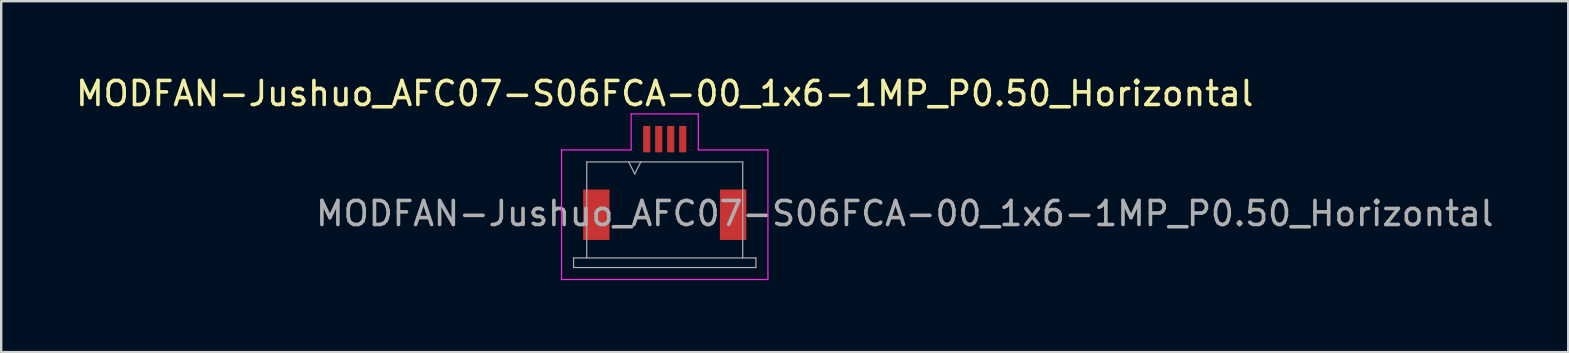
<source format=kicad_pcb>
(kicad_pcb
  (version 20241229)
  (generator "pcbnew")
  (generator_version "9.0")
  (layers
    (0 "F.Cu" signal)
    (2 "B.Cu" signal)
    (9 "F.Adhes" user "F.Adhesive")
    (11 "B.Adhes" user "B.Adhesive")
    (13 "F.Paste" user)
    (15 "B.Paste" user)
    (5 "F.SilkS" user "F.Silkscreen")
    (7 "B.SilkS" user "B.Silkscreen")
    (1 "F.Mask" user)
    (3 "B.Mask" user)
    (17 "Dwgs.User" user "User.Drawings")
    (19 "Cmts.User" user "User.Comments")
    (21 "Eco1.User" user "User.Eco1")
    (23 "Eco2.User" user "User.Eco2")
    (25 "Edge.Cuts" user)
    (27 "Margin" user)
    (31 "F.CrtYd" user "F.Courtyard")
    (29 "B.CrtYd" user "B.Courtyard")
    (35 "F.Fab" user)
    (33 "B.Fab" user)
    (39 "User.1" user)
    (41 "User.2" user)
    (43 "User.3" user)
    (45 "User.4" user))
  (footprint "MODFAN-Jushuo_AFC07-S06FCA-00_1x6-1MP_P0.50_Horizontal"
    (layer "F.Cu")
    (at 24.649 4.448)
    (property "Reference" "MODFAN-Jushuo_AFC07-S06FCA-00_1x6-1MP_P0.50_Horizontal" (at 0 -3.6 0) (layer "F.SilkS") (effects (font (size 1 1) (thickness 0.15))))
    (attr smd)
    (fp_line (start -4.3 -1.25) (end -4.3 4.15) (stroke (width 0.05) (type solid)) (layer "F.CrtYd"))
    (fp_line (start -4.3 4.15) (end 4.3 4.15) (stroke (width 0.05) (type solid)) (layer "F.CrtYd"))
    (fp_line (start -1.4 -2.75) (end -1.4 -1.25) (stroke (width 0.05) (type solid)) (layer "F.CrtYd"))
    (fp_line (start -1.4 -1.25) (end -4.3 -1.25) (stroke (width 0.05) (type solid)) (layer "F.CrtYd"))
    (fp_line (start 1.4 -2.75) (end -1.4 -2.75) (stroke (width 0.05) (type solid)) (layer "F.CrtYd"))
    (fp_line (start 1.4 -1.25) (end 1.4 -2.75) (stroke (width 0.05) (type solid)) (layer "F.CrtYd"))
    (fp_line (start 4.3 -1.25) (end 1.4 -1.25) (stroke (width 0.05) (type solid)) (layer "F.CrtYd"))
    (fp_line (start 4.3 4.15) (end 4.3 -1.25) (stroke (width 0.05) (type solid)) (layer "F.CrtYd"))
    (fp_line (start -3.8 3.25) (end -3.8 3.65) (stroke (width 0.05) (type solid)) (layer "F.Fab"))
    (fp_line (start -3.8 3.65) (end 3.8 3.65) (stroke (width 0.05) (type solid)) (layer "F.Fab"))
    (fp_line (start -3.25 -0.75) (end 3.25 -0.75) (stroke (width 0.05) (type solid)) (layer "F.Fab"))
    (fp_line (start -3.25 3.25) (end -3.25 -0.75) (stroke (width 0.05) (type solid)) (layer "F.Fab"))
    (fp_line (start -1.5 -0.75) (end -1.25 -0.25) (stroke (width 0.05) (type solid)) (layer "F.Fab"))
    (fp_line (start -1.25 -0.25) (end -1 -0.75) (stroke (width 0.05) (type solid)) (layer "F.Fab"))
    (fp_line (start 3.25 3.25) (end 3.25 -0.75) (stroke (width 0.05) (type solid)) (layer "F.Fab"))
    (fp_line (start 3.8 3.25) (end -3.8 3.25) (stroke (width 0.05) (type solid)) (layer "F.Fab"))
    (fp_line (start 3.8 3.65) (end 3.8 3.25) (stroke (width 0.05) (type solid)) (layer "F.Fab"))
    (fp_line (start -3.35 0.45) (end -2.7 0.45) (stroke (width 0.05) (type solid)) (layer "User.2"))
    (fp_line (start -3.35 2.45) (end -3.35 0.45) (stroke (width 0.05) (type solid)) (layer "User.2"))
    (fp_line (start -3.2 0.88) (end -2.7 0.88) (stroke (width 0.05) (type solid)) (layer "User.2"))
    (fp_line (start -3.2 1.83) (end -3.05 1.83) (stroke (width 0.05) (type solid)) (layer "User.2"))
    (fp_line (start -3.2 1.98) (end -3.2 0.88) (stroke (width 0.05) (type solid)) (layer "User.2"))
    (fp_line (start -3.05 1.03) (end -3.2 1.03) (stroke (width 0.05) (type solid)) (layer "User.2"))
    (fp_line (start -3.05 1.98) (end -3.05 0.88) (stroke (width 0.05) (type solid)) (layer "User.2"))
    (fp_line (start -2.95 0.88) (end -2.95 1.98) (stroke (width 0.05) (type solid)) (layer "User.2"))
    (fp_line (start -2.7 -1) (end 2.7 -1) (stroke (width 0.05) (type solid)) (layer "User.2"))
    (fp_line (start -2.7 1.98) (end -3.2 1.98) (stroke (width 0.05) (type solid)) (layer "User.2"))
    (fp_line (start -2.7 2.1) (end -2.7 -1) (stroke (width 0.05) (type solid)) (layer "User.2"))
    (fp_line (start -2.7 2.1) (end -2.4 2.1) (stroke (width 0.05) (type solid)) (layer "User.2"))
    (fp_line (start -2.4 0.48) (end -2.4 2.1) (stroke (width 0.05) (type solid)) (layer "User.2"))
    (fp_line (start -2.4 0.48) (end -1.65 0.48) (stroke (width 0.05) (type solid)) (layer "User.2"))
    (fp_line (start -2.37 1) (end -1.88 1) (stroke (width 0.05) (type solid)) (layer "User.2"))
    (fp_line (start -2.37 1.129) (end -1.92 1.129) (stroke (width 0.05) (type solid)) (layer "User.2"))
    (fp_line (start -2.37 2) (end -2.37 1) (stroke (width 0.05) (type solid)) (layer "User.2"))
    (fp_line (start -2.37 2) (end -2.03 2) (stroke (width 0.05) (type solid)) (layer "User.2"))
    (fp_line (start -2.35 2.051) (end -2.35 2.45) (stroke (width 0.05) (type solid)) (layer "User.2"))
    (fp_line (start -2.35 2.45) (end -3.35 2.45) (stroke (width 0.05) (type solid)) (layer "User.2"))
    (fp_line (start -2.3 1) (end -2.3 0.48) (stroke (width 0.05) (type solid)) (layer "User.2"))
    (fp_line (start -2.3 2) (end -2.4 2.1) (stroke (width 0.05) (type solid)) (layer "User.2"))
    (fp_line (start -2.29 0.543) (end -2.14 0.543) (stroke (width 0.05) (type solid)) (layer "User.2"))
    (fp_line (start -2.29 0.65) (end -2.3 0.65) (stroke (width 0.05) (type solid)) (layer "User.2"))
    (fp_line (start -2.29 0.852) (end -2.3 0.853) (stroke (width 0.05) (type solid)) (layer "User.2"))
    (fp_line (start -2.29 1) (end -2.29 0.48) (stroke (width 0.05) (type solid)) (layer "User.2"))
    (fp_line (start -2.29 2.006) (end -2.315 2.015) (stroke (width 0.05) (type solid)) (layer "User.2"))
    (fp_line (start -2.29 2.1) (end -2.29 2) (stroke (width 0.05) (type solid)) (layer "User.2"))
    (fp_line (start -2.14 0.48) (end -2.14 1) (stroke (width 0.05) (type solid)) (layer "User.2"))
    (fp_line (start -2.14 0.578) (end -2.29 0.578) (stroke (width 0.05) (type solid)) (layer "User.2"))
    (fp_line (start -2.14 2) (end -2.14 2.1) (stroke (width 0.05) (type solid)) (layer "User.2"))
    (fp_line (start -2.14 2.1) (end -2.29 2.1) (stroke (width 0.05) (type solid)) (layer "User.2"))
    (fp_line (start -2.139 2) (end -2.139 2.051) (stroke (width 0.05) (type solid)) (layer "User.2"))
    (fp_line (start -2.139 2.051) (end -2.14 2.046) (stroke (width 0.05) (type solid)) (layer "User.2"))
    (fp_line (start -2.138 0.869) (end -2.14 0.869) (stroke (width 0.05) (type solid)) (layer "User.2"))
    (fp_line (start -2.138 0.869) (end -2.138 1) (stroke (width 0.05) (type solid)) (layer "User.2"))
    (fp_line (start -2.13 0.65) (end -2.14 0.65) (stroke (width 0.05) (type solid)) (layer "User.2"))
    (fp_line (start -2.13 1) (end -2.13 0.48) (stroke (width 0.05) (type solid)) (layer "User.2"))
    (fp_line (start -2.03 2.1) (end -2.13 2) (stroke (width 0.05) (type solid)) (layer "User.2"))
    (fp_line (start -2.03 3.45) (end -2.03 2) (stroke (width 0.05) (type solid)) (layer "User.2"))
    (fp_line (start -1.92 1.129) (end -1.92 1.84) (stroke (width 0.05) (type solid)) (layer "User.2"))
    (fp_line (start -1.92 1.129) (end -1.88 1.088) (stroke (width 0.05) (type solid)) (layer "User.2"))
    (fp_line (start -1.92 1.84) (end 1.92 1.84) (stroke (width 0.05) (type solid)) (layer "User.2"))
    (fp_line (start -1.88 1.13) (end -1.155 1.13) (stroke (width 0.05) (type solid)) (layer "User.2"))
    (fp_line (start -1.88 1.219) (end -1.155 1.219) (stroke (width 0.05) (type solid)) (layer "User.2"))
    (fp_line (start -1.88 1.8) (end -1.92 1.84) (stroke (width 0.05) (type solid)) (layer "User.2"))
    (fp_line (start -1.88 1.8) (end -1.88 1) (stroke (width 0.05) (type solid)) (layer "User.2"))
    (fp_line (start -1.88 2.55) (end -1.88 3.05) (stroke (width 0.05) (type solid)) (layer "User.2"))
    (fp_line (start -1.88 3.05) (end -1.03 3.05) (stroke (width 0.05) (type solid)) (layer "User.2"))
    (fp_line (start -1.83 2.6) (end -1.53 2.6) (stroke (width 0.05) (type solid)) (layer "User.2"))
    (fp_line (start -1.83 3) (end -1.83 2.6) (stroke (width 0.05) (type solid)) (layer "User.2"))
    (fp_line (start -1.83 3) (end -1.78 3) (stroke (width 0.05) (type solid)) (layer "User.2"))
    (fp_line (start -1.78 2.651) (end -1.53 2.651) (stroke (width 0.05) (type solid)) (layer "User.2"))
    (fp_line (start -1.78 2.762) (end -1.78 2.651) (stroke (width 0.05) (type solid)) (layer "User.2"))
    (fp_line (start -1.78 2.762) (end -1.563 2.762) (stroke (width 0.05) (type solid)) (layer "User.2"))
    (fp_line (start -1.78 2.813) (end -1.563 2.813) (stroke (width 0.05) (type solid)) (layer "User.2"))
    (fp_line (start -1.78 3) (end -1.78 2.813) (stroke (width 0.05) (type solid)) (layer "User.2"))
    (fp_line (start -1.65 0.65) (end -1.65 0.48) (stroke (width 0.05) (type solid)) (layer "User.2"))
    (fp_line (start -1.563 2.813) (end -1.563 2.762) (stroke (width 0.05) (type solid)) (layer "User.2"))
    (fp_line (start -1.53 2.651) (end -1.53 2.6) (stroke (width 0.05) (type solid)) (layer "User.2"))
    (fp_line (start -1.463 3) (end -1.413 3) (stroke (width 0.05) (type solid)) (layer "User.2"))
    (fp_line (start -1.463 3) (end -1.33 2.6) (stroke (width 0.05) (type solid)) (layer "User.2"))
    (fp_line (start -1.38 2.898) (end -1.413 3) (stroke (width 0.05) (type solid)) (layer "User.2"))
    (fp_line (start -1.38 2.898) (end -1.213 2.898) (stroke (width 0.05) (type solid)) (layer "User.2"))
    (fp_line (start -1.372 2.864) (end -1.222 2.864) (stroke (width 0.05) (type solid)) (layer "User.2"))
    (fp_line (start -1.33 2.6) (end -1.263 2.6) (stroke (width 0.05) (type solid)) (layer "User.2"))
    (fp_line (start -1.3 0.65) (end -1.3 1.13) (stroke (width 0.05) (type solid)) (layer "User.2"))
    (fp_line (start -1.297 2.634) (end -1.372 2.864) (stroke (width 0.05) (type solid)) (layer "User.2"))
    (fp_line (start -1.263 2.6) (end -1.13 3) (stroke (width 0.05) (type solid)) (layer "User.2"))
    (fp_line (start -1.222 2.864) (end -1.297 2.634) (stroke (width 0.05) (type solid)) (layer "User.2"))
    (fp_line (start -1.18 3) (end -1.213 2.898) (stroke (width 0.05) (type solid)) (layer "User.2"))
    (fp_line (start -1.18 3) (end -1.13 3) (stroke (width 0.05) (type solid)) (layer "User.2"))
    (fp_line (start -1.155 1.149) (end -0.895 1.149) (stroke (width 0.05) (type solid)) (layer "User.2"))
    (fp_line (start -1.155 1.219) (end -1.155 1.024) (stroke (width 0.05) (type solid)) (layer "User.2"))
    (fp_line (start -1.03 2.55) (end -1.88 2.55) (stroke (width 0.05) (type solid)) (layer "User.2"))
    (fp_line (start -1.03 3.05) (end -1.03 2.55) (stroke (width 0.05) (type solid)) (layer "User.2"))
    (fp_line (start -0.9 -2.25) (end -0.6 -2.25) (stroke (width 0.05) (type solid)) (layer "User.2"))
    (fp_line (start -0.9 -1.15) (end -0.9 -2.25) (stroke (width 0.05) (type solid)) (layer "User.2"))
    (fp_line (start -0.895 1.149) (end -0.895 1.65) (stroke (width 0.05) (type solid)) (layer "User.2"))
    (fp_line (start -0.895 1.149) (end -0.845 1.135) (stroke (width 0.05) (type solid)) (layer "User.2"))
    (fp_line (start -0.895 1.65) (end -0.605 1.65) (stroke (width 0.05) (type solid)) (layer "User.2"))
    (fp_line (start -0.845 1.135) (end -0.825 1.135) (stroke (width 0.05) (type solid)) (layer "User.2"))
    (fp_line (start -0.845 1.65) (end -0.845 1.135) (stroke (width 0.05) (type solid)) (layer "User.2"))
    (fp_line (start -0.825 -1.85) (end -0.675 -1.85) (stroke (width 0.05) (type solid)) (layer "User.2"))
    (fp_line (start -0.825 -1.46) (end -0.675 -1.46) (stroke (width 0.05) (type solid)) (layer "User.2"))
    (fp_line (start -0.825 -1.173) (end -0.817 -1.173) (stroke (width 0.05) (type solid)) (layer "User.2"))
    (fp_line (start -0.825 -1.15) (end -0.9 -1.15) (stroke (width 0.05) (type solid)) (layer "User.2"))
    (fp_line (start -0.825 -1.15) (end -0.675 -1.15) (stroke (width 0.05) (type solid)) (layer "User.2"))
    (fp_line (start -0.825 -1) (end -0.825 -1.85) (stroke (width 0.05) (type solid)) (layer "User.2"))
    (fp_line (start -0.825 1.024) (end -1.155 1.024) (stroke (width 0.05) (type solid)) (layer "User.2"))
    (fp_line (start -0.825 1.383) (end -0.675 1.383) (stroke (width 0.05) (type solid)) (layer "User.2"))
    (fp_line (start -0.825 1.443) (end -0.825 0.65) (stroke (width 0.05) (type solid)) (layer "User.2"))
    (fp_line (start -0.79 -1.2) (end -0.825 -1.165) (stroke (width 0.05) (type solid)) (layer "User.2"))
    (fp_line (start -0.79 -1.2) (end -0.71 -1.2) (stroke (width 0.05) (type solid)) (layer "User.2"))
    (fp_line (start -0.683 -1.173) (end -0.675 -1.173) (stroke (width 0.05) (type solid)) (layer "User.2"))
    (fp_line (start -0.675 -1.75) (end -0.825 -1.75) (stroke (width 0.05) (type solid)) (layer "User.2"))
    (fp_line (start -0.675 -1.403) (end -0.825 -1.403) (stroke (width 0.05) (type solid)) (layer "User.2"))
    (fp_line (start -0.675 -1.165) (end -0.71 -1.2) (stroke (width 0.05) (type solid)) (layer "User.2"))
    (fp_line (start -0.675 -1) (end -0.675 -1.85) (stroke (width 0.05) (type solid)) (layer "User.2"))
    (fp_line (start -0.675 1.135) (end -0.655 1.135) (stroke (width 0.05) (type solid)) (layer "User.2"))
    (fp_line (start -0.675 1.443) (end -0.825 1.443) (stroke (width 0.05) (type solid)) (layer "User.2"))
    (fp_line (start -0.675 1.443) (end -0.675 0.65) (stroke (width 0.05) (type solid)) (layer "User.2"))
    (fp_line (start -0.655 1.135) (end -0.655 1.65) (stroke (width 0.05) (type solid)) (layer "User.2"))
    (fp_line (start -0.655 1.135) (end -0.605 1.149) (stroke (width 0.05) (type solid)) (layer "User.2"))
    (fp_line (start -0.605 1.149) (end -0.395 1.149) (stroke (width 0.05) (type solid)) (layer "User.2"))
    (fp_line (start -0.605 1.65) (end -0.605 1.149) (stroke (width 0.05) (type solid)) (layer "User.2"))
    (fp_line (start -0.6 -2.25) (end -0.6 -1.15) (stroke (width 0.05) (type solid)) (layer "User.2"))
    (fp_line (start -0.6 -1.15) (end -0.675 -1.15) (stroke (width 0.05) (type solid)) (layer "User.2"))
    (fp_line (start -0.425 2.55) (end -0.425 3.05) (stroke (width 0.05) (type solid)) (layer "User.2"))
    (fp_line (start -0.425 3.05) (end 0.425 3.05) (stroke (width 0.05) (type solid)) (layer "User.2"))
    (fp_line (start -0.4 -2.25) (end -0.1 -2.25) (stroke (width 0.05) (type solid)) (layer "User.2"))
    (fp_line (start -0.4 -1.15) (end -0.4 -2.25) (stroke (width 0.05) (type solid)) (layer "User.2"))
    (fp_line (start -0.395 1.149) (end -0.395 1.65) (stroke (width 0.05) (type solid)) (layer "User.2"))
    (fp_line (start -0.395 1.149) (end -0.345 1.135) (stroke (width 0.05) (type solid)) (layer "User.2"))
    (fp_line (start -0.395 1.65) (end -0.105 1.65) (stroke (width 0.05) (type solid)) (layer "User.2"))
    (fp_line (start -0.35 2.6) (end -0.35 2.643) (stroke (width 0.05) (type solid)) (layer "User.2"))
    (fp_line (start -0.35 2.643) (end -0.058 2.643) (stroke (width 0.05) (type solid)) (layer "User.2"))
    (fp_line (start -0.35 2.932) (end -0.35 3) (stroke (width 0.05) (type solid)) (layer "User.2"))
    (fp_line (start -0.35 2.932) (end -0.058 2.643) (stroke (width 0.05) (type solid)) (layer "User.2"))
    (fp_line (start -0.35 3) (end -0.017 3) (stroke (width 0.05) (type solid)) (layer "User.2"))
    (fp_line (start -0.345 1.135) (end -0.325 1.135) (stroke (width 0.05) (type solid)) (layer "User.2"))
    (fp_line (start -0.345 1.65) (end -0.345 1.135) (stroke (width 0.05) (type solid)) (layer "User.2"))
    (fp_line (start -0.325 -1.85) (end -0.175 -1.85) (stroke (width 0.05) (type solid)) (layer "User.2"))
    (fp_line (start -0.325 -1.46) (end -0.175 -1.46) (stroke (width 0.05) (type solid)) (layer "User.2"))
    (fp_line (start -0.325 -1.173) (end -0.317 -1.173) (stroke (width 0.05) (type solid)) (layer "User.2"))
    (fp_line (start -0.325 -1.15) (end -0.4 -1.15) (stroke (width 0.05) (type solid)) (layer "User.2"))
    (fp_line (start -0.325 -1.15) (end -0.175 -1.15) (stroke (width 0.05) (type solid)) (layer "User.2"))
    (fp_line (start -0.325 -1) (end -0.325 -1.85) (stroke (width 0.05) (type solid)) (layer "User.2"))
    (fp_line (start -0.325 1.024) (end -0.675 1.024) (stroke (width 0.05) (type solid)) (layer "User.2"))
    (fp_line (start -0.325 1.383) (end -0.175 1.383) (stroke (width 0.05) (type solid)) (layer "User.2"))
    (fp_line (start -0.325 1.443) (end -0.325 0.65) (stroke (width 0.05) (type solid)) (layer "User.2"))
    (fp_line (start -0.29 -1.2) (end -0.325 -1.165) (stroke (width 0.05) (type solid)) (layer "User.2"))
    (fp_line (start -0.29 -1.2) (end -0.21 -1.2) (stroke (width 0.05) (type solid)) (layer "User.2"))
    (fp_line (start -0.183 -1.173) (end -0.175 -1.173) (stroke (width 0.05) (type solid)) (layer "User.2"))
    (fp_line (start -0.175 -1.75) (end -0.325 -1.75) (stroke (width 0.05) (type solid)) (layer "User.2"))
    (fp_line (start -0.175 -1.403) (end -0.325 -1.403) (stroke (width 0.05) (type solid)) (layer "User.2"))
    (fp_line (start -0.175 -1.165) (end -0.21 -1.2) (stroke (width 0.05) (type solid)) (layer "User.2"))
    (fp_line (start -0.175 -1) (end -0.175 -1.85) (stroke (width 0.05) (type solid)) (layer "User.2"))
    (fp_line (start -0.175 1.135) (end -0.155 1.135) (stroke (width 0.05) (type solid)) (layer "User.2"))
    (fp_line (start -0.175 1.443) (end -0.325 1.443) (stroke (width 0.05) (type solid)) (layer "User.2"))
    (fp_line (start -0.175 1.443) (end -0.175 0.65) (stroke (width 0.05) (type solid)) (layer "User.2"))
    (fp_line (start -0.155 1.135) (end -0.155 1.65) (stroke (width 0.05) (type solid)) (layer "User.2"))
    (fp_line (start -0.155 1.135) (end -0.105 1.149) (stroke (width 0.05) (type solid)) (layer "User.2"))
    (fp_line (start -0.105 1.149) (end 0.105 1.149) (stroke (width 0.05) (type solid)) (layer "User.2"))
    (fp_line (start -0.105 1.65) (end -0.105 1.149) (stroke (width 0.05) (type solid)) (layer "User.2"))
    (fp_line (start -0.1 -2.25) (end -0.1 -1.15) (stroke (width 0.05) (type solid)) (layer "User.2"))
    (fp_line (start -0.1 -1.15) (end -0.175 -1.15) (stroke (width 0.05) (type solid)) (layer "User.2"))
    (fp_line (start -0.017 2.6) (end -0.35 2.6) (stroke (width 0.05) (type solid)) (layer "User.2"))
    (fp_line (start -0.017 2.66) (end -0.3 2.949) (stroke (width 0.05) (type solid)) (layer "User.2"))
    (fp_line (start -0.017 2.66) (end -0.017 2.6) (stroke (width 0.05) (type solid)) (layer "User.2"))
    (fp_line (start -0.017 2.949) (end -0.3 2.949) (stroke (width 0.05) (type solid)) (layer "User.2"))
    (fp_line (start -0.017 3) (end -0.017 2.949) (stroke (width 0.05) (type solid)) (layer "User.2"))
    (fp_line (start 0.1 -2.25) (end 0.4 -2.25) (stroke (width 0.05) (type solid)) (layer "User.2"))
    (fp_line (start 0.1 -1.15) (end 0.1 -2.25) (stroke (width 0.05) (type solid)) (layer "User.2"))
    (fp_line (start 0.1 2.6) (end 0.05 2.6) (stroke (width 0.05) (type solid)) (layer "User.2"))
    (fp_line (start 0.1 2.6) (end 0.208 2.762) (stroke (width 0.05) (type solid)) (layer "User.2"))
    (fp_line (start 0.105 1.149) (end 0.105 1.65) (stroke (width 0.05) (type solid)) (layer "User.2"))
    (fp_line (start 0.105 1.149) (end 0.155 1.135) (stroke (width 0.05) (type solid)) (layer "User.2"))
    (fp_line (start 0.105 1.65) (end 0.395 1.65) (stroke (width 0.05) (type solid)) (layer "User.2"))
    (fp_line (start 0.155 1.135) (end 0.155 1.65) (stroke (width 0.05) (type solid)) (layer "User.2"))
    (fp_line (start 0.155 1.135) (end 0.175 1.135) (stroke (width 0.05) (type solid)) (layer "User.2"))
    (fp_line (start 0.175 -1.85) (end 0.325 -1.85) (stroke (width 0.05) (type solid)) (layer "User.2"))
    (fp_line (start 0.175 -1.46) (end 0.325 -1.46) (stroke (width 0.05) (type solid)) (layer "User.2"))
    (fp_line (start 0.175 -1.173) (end 0.183 -1.173) (stroke (width 0.05) (type solid)) (layer "User.2"))
    (fp_line (start 0.175 -1.15) (end 0.1 -1.15) (stroke (width 0.05) (type solid)) (layer "User.2"))
    (fp_line (start 0.175 -1) (end 0.175 -1.85) (stroke (width 0.05) (type solid)) (layer "User.2"))
    (fp_line (start 0.175 0.65) (end 0.175 1.443) (stroke (width 0.05) (type solid)) (layer "User.2"))
    (fp_line (start 0.175 1.024) (end -0.175 1.024) (stroke (width 0.05) (type solid)) (layer "User.2"))
    (fp_line (start 0.175 1.383) (end 0.325 1.383) (stroke (width 0.05) (type solid)) (layer "User.2"))
    (fp_line (start 0.183 2.796) (end 0.05 2.6) (stroke (width 0.05) (type solid)) (layer "User.2"))
    (fp_line (start 0.183 2.796) (end 0.183 3) (stroke (width 0.05) (type solid)) (layer "User.2"))
    (fp_line (start 0.183 3) (end 0.233 3) (stroke (width 0.05) (type solid)) (layer "User.2"))
    (fp_line (start 0.208 2.762) (end 0.317 2.6) (stroke (width 0.05) (type solid)) (layer "User.2"))
    (fp_line (start 0.21 -1.2) (end 0.175 -1.165) (stroke (width 0.05) (type solid)) (layer "User.2"))
    (fp_line (start 0.21 -1.2) (end 0.29 -1.2) (stroke (width 0.05) (type solid)) (layer "User.2"))
    (fp_line (start 0.233 3) (end 0.233 2.796) (stroke (width 0.05) (type solid)) (layer "User.2"))
    (fp_line (start 0.317 -1.173) (end 0.325 -1.173) (stroke (width 0.05) (type solid)) (layer "User.2"))
    (fp_line (start 0.325 -1.75) (end 0.175 -1.75) (stroke (width 0.05) (type solid)) (layer "User.2"))
    (fp_line (start 0.325 -1.403) (end 0.175 -1.403) (stroke (width 0.05) (type solid)) (layer "User.2"))
    (fp_line (start 0.325 -1.165) (end 0.29 -1.2) (stroke (width 0.05) (type solid)) (layer "User.2"))
    (fp_line (start 0.325 -1.15) (end 0.175 -1.15) (stroke (width 0.05) (type solid)) (layer "User.2"))
    (fp_line (start 0.325 -1) (end 0.325 -1.85) (stroke (width 0.05) (type solid)) (layer "User.2"))
    (fp_line (start 0.325 1.135) (end 0.345 1.135) (stroke (width 0.05) (type solid)) (layer "User.2"))
    (fp_line (start 0.325 1.443) (end 0.175 1.443) (stroke (width 0.05) (type solid)) (layer "User.2"))
    (fp_line (start 0.325 1.443) (end 0.325 0.65) (stroke (width 0.05) (type solid)) (layer "User.2"))
    (fp_line (start 0.345 1.135) (end 0.395 1.149) (stroke (width 0.05) (type solid)) (layer "User.2"))
    (fp_line (start 0.345 1.65) (end 0.345 1.135) (stroke (width 0.05) (type solid)) (layer "User.2"))
    (fp_line (start 0.367 2.6) (end 0.233 2.796) (stroke (width 0.05) (type solid)) (layer "User.2"))
    (fp_line (start 0.367 2.6) (end 0.317 2.6) (stroke (width 0.05) (type solid)) (layer "User.2"))
    (fp_line (start 0.395 1.149) (end 0.605 1.149) (stroke (width 0.05) (type solid)) (layer "User.2"))
    (fp_line (start 0.395 1.65) (end 0.395 1.149) (stroke (width 0.05) (type solid)) (layer "User.2"))
    (fp_line (start 0.4 -2.25) (end 0.4 -1.15) (stroke (width 0.05) (type solid)) (layer "User.2"))
    (fp_line (start 0.4 -1.15) (end 0.325 -1.15) (stroke (width 0.05) (type solid)) (layer "User.2"))
    (fp_line (start 0.425 2.55) (end -0.425 2.55) (stroke (width 0.05) (type solid)) (layer "User.2"))
    (fp_line (start 0.425 3.05) (end 0.425 2.55) (stroke (width 0.05) (type solid)) (layer "User.2"))
    (fp_line (start 0.6 -2.25) (end 0.9 -2.25) (stroke (width 0.05) (type solid)) (layer "User.2"))
    (fp_line (start 0.6 -1.15) (end 0.6 -2.25) (stroke (width 0.05) (type solid)) (layer "User.2"))
    (fp_line (start 0.605 1.149) (end 0.605 1.65) (stroke (width 0.05) (type solid)) (layer "User.2"))
    (fp_line (start 0.605 1.149) (end 0.655 1.135) (stroke (width 0.05) (type solid)) (layer "User.2"))
    (fp_line (start 0.605 1.65) (end 0.895 1.65) (stroke (width 0.05) (type solid)) (layer "User.2"))
    (fp_line (start 0.655 1.135) (end 0.655 1.65) (stroke (width 0.05) (type solid)) (layer "User.2"))
    (fp_line (start 0.675 -1.85) (end 0.825 -1.85) (stroke (width 0.05) (type solid)) (layer "User.2"))
    (fp_line (start 0.675 -1.46) (end 0.825 -1.46) (stroke (width 0.05) (type solid)) (layer "User.2"))
    (fp_line (start 0.675 -1.173) (end 0.683 -1.173) (stroke (width 0.05) (type solid)) (layer "User.2"))
    (fp_line (start 0.675 -1.15) (end 0.6 -1.15) (stroke (width 0.05) (type solid)) (layer "User.2"))
    (fp_line (start 0.675 -1) (end 0.675 -1.85) (stroke (width 0.05) (type solid)) (layer "User.2"))
    (fp_line (start 0.675 0.65) (end 0.675 1.443) (stroke (width 0.05) (type solid)) (layer "User.2"))
    (fp_line (start 0.675 1.024) (end 0.325 1.024) (stroke (width 0.05) (type solid)) (layer "User.2"))
    (fp_line (start 0.675 1.135) (end 0.655 1.135) (stroke (width 0.05) (type solid)) (layer "User.2"))
    (fp_line (start 0.675 1.383) (end 0.825 1.383) (stroke (width 0.05) (type solid)) (layer "User.2"))
    (fp_line (start 0.71 -1.2) (end 0.675 -1.165) (stroke (width 0.05) (type solid)) (layer "User.2"))
    (fp_line (start 0.71 -1.2) (end 0.79 -1.2) (stroke (width 0.05) (type solid)) (layer "User.2"))
    (fp_line (start 0.817 -1.173) (end 0.825 -1.173) (stroke (width 0.05) (type solid)) (layer "User.2"))
    (fp_line (start 0.825 -1.75) (end 0.675 -1.75) (stroke (width 0.05) (type solid)) (layer "User.2"))
    (fp_line (start 0.825 -1.403) (end 0.675 -1.403) (stroke (width 0.05) (type solid)) (layer "User.2"))
    (fp_line (start 0.825 -1.165) (end 0.79 -1.2) (stroke (width 0.05) (type solid)) (layer "User.2"))
    (fp_line (start 0.825 -1.15) (end 0.675 -1.15) (stroke (width 0.05) (type solid)) (layer "User.2"))
    (fp_line (start 0.825 -1) (end 0.825 -1.85) (stroke (width 0.05) (type solid)) (layer "User.2"))
    (fp_line (start 0.825 1.443) (end 0.675 1.443) (stroke (width 0.05) (type solid)) (layer "User.2"))
    (fp_line (start 0.825 1.443) (end 0.825 0.65) (stroke (width 0.05) (type solid)) (layer "User.2"))
    (fp_line (start 0.845 1.135) (end 0.825 1.135) (stroke (width 0.05) (type solid)) (layer "User.2"))
    (fp_line (start 0.845 1.135) (end 0.895 1.149) (stroke (width 0.05) (type solid)) (layer "User.2"))
    (fp_line (start 0.845 1.65) (end 0.845 1.135) (stroke (width 0.05) (type solid)) (layer "User.2"))
    (fp_line (start 0.895 1.149) (end 1.155 1.149) (stroke (width 0.05) (type solid)) (layer "User.2"))
    (fp_line (start 0.895 1.65) (end 0.895 1.149) (stroke (width 0.05) (type solid)) (layer "User.2"))
    (fp_line (start 0.9 -2.25) (end 0.9 -1.15) (stroke (width 0.05) (type solid)) (layer "User.2"))
    (fp_line (start 0.9 -1.15) (end 0.825 -1.15) (stroke (width 0.05) (type solid)) (layer "User.2"))
    (fp_line (start 1.03 2.55) (end 1.03 3.05) (stroke (width 0.05) (type solid)) (layer "User.2"))
    (fp_line (start 1.03 3.05) (end 1.88 3.05) (stroke (width 0.05) (type solid)) (layer "User.2"))
    (fp_line (start 1.12 2.762) (end 1.12 2.838) (stroke (width 0.05) (type solid)) (layer "User.2"))
    (fp_line (start 1.12 2.762) (end 1.129 2.719) (stroke (width 0.05) (type solid)) (layer "User.2"))
    (fp_line (start 1.129 2.719) (end 1.137 2.694) (stroke (width 0.05) (type solid)) (layer "User.2"))
    (fp_line (start 1.129 2.881) (end 1.12 2.838) (stroke (width 0.05) (type solid)) (layer "User.2"))
    (fp_line (start 1.137 2.694) (end 1.154 2.66) (stroke (width 0.05) (type solid)) (layer "User.2"))
    (fp_line (start 1.137 2.906) (end 1.129 2.881) (stroke (width 0.05) (type solid)) (layer "User.2"))
    (fp_line (start 1.154 2.66) (end 1.179 2.634) (stroke (width 0.05) (type solid)) (layer "User.2"))
    (fp_line (start 1.154 2.94) (end 1.137 2.906) (stroke (width 0.05) (type solid)) (layer "User.2"))
    (fp_line (start 1.155 1.024) (end 0.825 1.024) (stroke (width 0.05) (type solid)) (layer "User.2"))
    (fp_line (start 1.155 1.219) (end 1.155 1.024) (stroke (width 0.05) (type solid)) (layer "User.2"))
    (fp_line (start 1.155 1.219) (end 1.88 1.219) (stroke (width 0.05) (type solid)) (layer "User.2"))
    (fp_line (start 1.162 2.77) (end 1.162 2.83) (stroke (width 0.05) (type solid)) (layer "User.2"))
    (fp_line (start 1.162 2.83) (end 1.17 2.881) (stroke (width 0.05) (type solid)) (layer "User.2"))
    (fp_line (start 1.17 2.719) (end 1.162 2.77) (stroke (width 0.05) (type solid)) (layer "User.2"))
    (fp_line (start 1.17 2.881) (end 1.204 2.932) (stroke (width 0.05) (type solid)) (layer "User.2"))
    (fp_line (start 1.179 2.634) (end 1.22 2.609) (stroke (width 0.05) (type solid)) (layer "User.2"))
    (fp_line (start 1.179 2.966) (end 1.154 2.94) (stroke (width 0.05) (type solid)) (layer "User.2"))
    (fp_line (start 1.204 2.668) (end 1.17 2.719) (stroke (width 0.05) (type solid)) (layer "User.2"))
    (fp_line (start 1.204 2.932) (end 1.229 2.949) (stroke (width 0.05) (type solid)) (layer "User.2"))
    (fp_line (start 1.22 2.609) (end 1.27 2.6) (stroke (width 0.05) (type solid)) (layer "User.2"))
    (fp_line (start 1.22 2.991) (end 1.179 2.966) (stroke (width 0.05) (type solid)) (layer "User.2"))
    (fp_line (start 1.229 2.651) (end 1.204 2.668) (stroke (width 0.05) (type solid)) (layer "User.2"))
    (fp_line (start 1.229 2.949) (end 1.27 2.957) (stroke (width 0.05) (type solid)) (layer "User.2"))
    (fp_line (start 1.27 2.6) (end 1.32 2.609) (stroke (width 0.05) (type solid)) (layer "User.2"))
    (fp_line (start 1.27 2.643) (end 1.229 2.651) (stroke (width 0.05) (type solid)) (layer "User.2"))
    (fp_line (start 1.27 2.957) (end 1.312 2.949) (stroke (width 0.05) (type solid)) (layer "User.2"))
    (fp_line (start 1.27 3) (end 1.22 2.991) (stroke (width 0.05) (type solid)) (layer "User.2"))
    (fp_line (start 1.3 0.65) (end 1.3 1.13) (stroke (width 0.05) (type solid)) (layer "User.2"))
    (fp_line (start 1.312 2.651) (end 1.27 2.643) (stroke (width 0.05) (type solid)) (layer "User.2"))
    (fp_line (start 1.312 2.949) (end 1.337 2.932) (stroke (width 0.05) (type solid)) (layer "User.2"))
    (fp_line (start 1.32 2.609) (end 1.362 2.634) (stroke (width 0.05) (type solid)) (layer "User.2"))
    (fp_line (start 1.32 2.991) (end 1.27 3) (stroke (width 0.05) (type solid)) (layer "User.2"))
    (fp_line (start 1.337 2.668) (end 1.312 2.651) (stroke (width 0.05) (type solid)) (layer "User.2"))
    (fp_line (start 1.337 2.932) (end 1.37 2.881) (stroke (width 0.05) (type solid)) (layer "User.2"))
    (fp_line (start 1.362 2.634) (end 1.387 2.66) (stroke (width 0.05) (type solid)) (layer "User.2"))
    (fp_line (start 1.362 2.966) (end 1.32 2.991) (stroke (width 0.05) (type solid)) (layer "User.2"))
    (fp_line (start 1.37 2.719) (end 1.337 2.668) (stroke (width 0.05) (type solid)) (layer "User.2"))
    (fp_line (start 1.37 2.881) (end 1.379 2.83) (stroke (width 0.05) (type solid)) (layer "User.2"))
    (fp_line (start 1.379 2.77) (end 1.37 2.719) (stroke (width 0.05) (type solid)) (layer "User.2"))
    (fp_line (start 1.379 2.83) (end 1.379 2.77) (stroke (width 0.05) (type solid)) (layer "User.2"))
    (fp_line (start 1.387 2.66) (end 1.404 2.694) (stroke (width 0.05) (type solid)) (layer "User.2"))
    (fp_line (start 1.387 2.94) (end 1.362 2.966) (stroke (width 0.05) (type solid)) (layer "User.2"))
    (fp_line (start 1.404 2.694) (end 1.412 2.719) (stroke (width 0.05) (type solid)) (layer "User.2"))
    (fp_line (start 1.404 2.906) (end 1.387 2.94) (stroke (width 0.05) (type solid)) (layer "User.2"))
    (fp_line (start 1.412 2.719) (end 1.42 2.762) (stroke (width 0.05) (type solid)) (layer "User.2"))
    (fp_line (start 1.412 2.881) (end 1.404 2.906) (stroke (width 0.05) (type solid)) (layer "User.2"))
    (fp_line (start 1.42 2.838) (end 1.412 2.881) (stroke (width 0.05) (type solid)) (layer "User.2"))
    (fp_line (start 1.42 2.838) (end 1.42 2.762) (stroke (width 0.05) (type solid)) (layer "User.2"))
    (fp_line (start 1.487 2.83) (end 1.487 2.881) (stroke (width 0.05) (type solid)) (layer "User.2"))
    (fp_line (start 1.487 2.83) (end 1.687 2.6) (stroke (width 0.05) (type solid)) (layer "User.2"))
    (fp_line (start 1.487 2.881) (end 1.687 2.881) (stroke (width 0.05) (type solid)) (layer "User.2"))
    (fp_line (start 1.545 2.83) (end 1.687 2.83) (stroke (width 0.05) (type solid)) (layer "User.2"))
    (fp_line (start 1.65 0.48) (end 1.65 0.65) (stroke (width 0.05) (type solid)) (layer "User.2"))
    (fp_line (start 1.65 0.65) (end -1.65 0.65) (stroke (width 0.05) (type solid)) (layer "User.2"))
    (fp_line (start 1.687 2.668) (end 1.545 2.83) (stroke (width 0.05) (type solid)) (layer "User.2"))
    (fp_line (start 1.687 2.83) (end 1.687 2.668) (stroke (width 0.05) (type solid)) (layer "User.2"))
    (fp_line (start 1.687 2.881) (end 1.687 3) (stroke (width 0.05) (type solid)) (layer "User.2"))
    (fp_line (start 1.687 3) (end 1.737 3) (stroke (width 0.05) (type solid)) (layer "User.2"))
    (fp_line (start 1.737 2.6) (end 1.687 2.6) (stroke (width 0.05) (type solid)) (layer "User.2"))
    (fp_line (start 1.737 2.83) (end 1.737 2.6) (stroke (width 0.05) (type solid)) (layer "User.2"))
    (fp_line (start 1.737 2.881) (end 1.82 2.881) (stroke (width 0.05) (type solid)) (layer "User.2"))
    (fp_line (start 1.737 3) (end 1.737 2.881) (stroke (width 0.05) (type solid)) (layer "User.2"))
    (fp_line (start 1.82 2.83) (end 1.737 2.83) (stroke (width 0.05) (type solid)) (layer "User.2"))
    (fp_line (start 1.82 2.881) (end 1.82 2.83) (stroke (width 0.05) (type solid)) (layer "User.2"))
    (fp_line (start 1.88 1.13) (end 1.155 1.13) (stroke (width 0.05) (type solid)) (layer "User.2"))
    (fp_line (start 1.88 1.8) (end -1.88 1.8) (stroke (width 0.05) (type solid)) (layer "User.2"))
    (fp_line (start 1.88 1.8) (end 1.88 1) (stroke (width 0.05) (type solid)) (layer "User.2"))
    (fp_line (start 1.88 1.8) (end 1.92 1.84) (stroke (width 0.05) (type solid)) (layer "User.2"))
    (fp_line (start 1.88 2.55) (end 1.03 2.55) (stroke (width 0.05) (type solid)) (layer "User.2"))
    (fp_line (start 1.88 3.05) (end 1.88 2.55) (stroke (width 0.05) (type solid)) (layer "User.2"))
    (fp_line (start 1.92 1.129) (end 1.88 1.088) (stroke (width 0.05) (type solid)) (layer "User.2"))
    (fp_line (start 1.92 1.129) (end 2.37 1.129) (stroke (width 0.05) (type solid)) (layer "User.2"))
    (fp_line (start 1.92 1.84) (end 1.92 1.129) (stroke (width 0.05) (type solid)) (layer "User.2"))
    (fp_line (start 2.03 3.45) (end -2.03 3.45) (stroke (width 0.05) (type solid)) (layer "User.2"))
    (fp_line (start 2.03 3.45) (end 2.03 2) (stroke (width 0.05) (type solid)) (layer "User.2"))
    (fp_line (start 2.13 1) (end 2.13 0.48) (stroke (width 0.05) (type solid)) (layer "User.2"))
    (fp_line (start 2.13 2) (end 2.03 2.1) (stroke (width 0.05) (type solid)) (layer "User.2"))
    (fp_line (start 2.138 0.869) (end 2.138 1) (stroke (width 0.05) (type solid)) (layer "User.2"))
    (fp_line (start 2.139 2) (end 2.139 2.051) (stroke (width 0.05) (type solid)) (layer "User.2"))
    (fp_line (start 2.14 0.543) (end 2.29 0.543) (stroke (width 0.05) (type solid)) (layer "User.2"))
    (fp_line (start 2.14 0.65) (end 2.13 0.65) (stroke (width 0.05) (type solid)) (layer "User.2"))
    (fp_line (start 2.14 0.869) (end 2.138 0.869) (stroke (width 0.05) (type solid)) (layer "User.2"))
    (fp_line (start 2.14 1) (end 2.14 0.48) (stroke (width 0.05) (type solid)) (layer "User.2"))
    (fp_line (start 2.14 2.046) (end 2.139 2.051) (stroke (width 0.05) (type solid)) (layer "User.2"))
    (fp_line (start 2.14 2.1) (end 2.14 2) (stroke (width 0.05) (type solid)) (layer "User.2"))
    (fp_line (start 2.29 0.48) (end 2.29 1) (stroke (width 0.05) (type solid)) (layer "User.2"))
    (fp_line (start 2.29 0.578) (end 2.14 0.578) (stroke (width 0.05) (type solid)) (layer "User.2"))
    (fp_line (start 2.29 2) (end 2.29 2.1) (stroke (width 0.05) (type solid)) (layer "User.2"))
    (fp_line (start 2.29 2.1) (end 2.14 2.1) (stroke (width 0.05) (type solid)) (layer "User.2"))
    (fp_line (start 2.3 0.65) (end 2.29 0.65) (stroke (width 0.05) (type solid)) (layer "User.2"))
    (fp_line (start 2.3 0.853) (end 2.29 0.852) (stroke (width 0.05) (type solid)) (layer "User.2"))
    (fp_line (start 2.3 1) (end 2.3 0.48) (stroke (width 0.05) (type solid)) (layer "User.2"))
    (fp_line (start 2.315 2.015) (end 2.29 2.006) (stroke (width 0.05) (type solid)) (layer "User.2"))
    (fp_line (start 2.35 2.45) (end 2.35 2.051) (stroke (width 0.05) (type solid)) (layer "User.2"))
    (fp_line (start 2.37 1) (end 1.88 1) (stroke (width 0.05) (type solid)) (layer "User.2"))
    (fp_line (start 2.37 2) (end 2.03 2) (stroke (width 0.05) (type solid)) (layer "User.2"))
    (fp_line (start 2.37 2) (end 2.37 1) (stroke (width 0.05) (type solid)) (layer "User.2"))
    (fp_line (start 2.4 0.48) (end 1.65 0.48) (stroke (width 0.05) (type solid)) (layer "User.2"))
    (fp_line (start 2.4 2.1) (end 2.3 2) (stroke (width 0.05) (type solid)) (layer "User.2"))
    (fp_line (start 2.4 2.1) (end 2.4 0.48) (stroke (width 0.05) (type solid)) (layer "User.2"))
    (fp_line (start 2.7 -1) (end 2.7 2.1) (stroke (width 0.05) (type solid)) (layer "User.2"))
    (fp_line (start 2.7 0.45) (end 3.35 0.45) (stroke (width 0.05) (type solid)) (layer "User.2"))
    (fp_line (start 2.7 0.88) (end 3.2 0.88) (stroke (width 0.05) (type solid)) (layer "User.2"))
    (fp_line (start 2.7 2.1) (end 2.4 2.1) (stroke (width 0.05) (type solid)) (layer "User.2"))
    (fp_line (start 2.95 1.98) (end 2.95 0.88) (stroke (width 0.05) (type solid)) (layer "User.2"))
    (fp_line (start 3.05 1.83) (end 3.2 1.83) (stroke (width 0.05) (type solid)) (layer "User.2"))
    (fp_line (start 3.05 1.98) (end 3.05 0.88) (stroke (width 0.05) (type solid)) (layer "User.2"))
    (fp_line (start 3.2 1.03) (end 3.05 1.03) (stroke (width 0.05) (type solid)) (layer "User.2"))
    (fp_line (start 3.2 1.98) (end 2.7 1.98) (stroke (width 0.05) (type solid)) (layer "User.2"))
    (fp_line (start 3.2 1.98) (end 3.2 0.88) (stroke (width 0.05) (type solid)) (layer "User.2"))
    (fp_line (start 3.35 0.45) (end 3.35 2.45) (stroke (width 0.05) (type solid)) (layer "User.2"))
    (fp_line (start 3.35 2.45) (end 2.35 2.45) (stroke (width 0.05) (type solid)) (layer "User.2"))
    (fp_text user "${REFERENCE}" (at 10 1.4 0) (unlocked yes) (layer "F.Fab") (effects (font (size 1 1) (thickness 0.15))))
    (pad "1" smd rect (at -0.75 -1.7) (size 0.3 1.1) (layers "F.Cu" "F.Mask" "F.Paste"))
    (pad "2" smd rect (at -0.25 -1.7) (size 0.3 1.1) (layers "F.Cu" "F.Mask" "F.Paste"))
    (pad "3" smd rect (at 0.25 -1.7) (size 0.3 1.1) (layers "F.Cu" "F.Mask" "F.Paste"))
    (pad "4" smd rect (at 0.75 -1.7) (size 0.3 1.1) (layers "F.Cu" "F.Mask" "F.Paste"))
    (pad "MP" smd rect (at -2.85 1.45) (size 1.1 2.1) (layers "F.Cu" "F.Mask" "F.Paste"))
    (pad "MP" smd rect (at 2.85 1.45) (size 1.1 2.1) (layers "F.Cu" "F.Mask" "F.Paste")))
  (gr_rect
    (start -3 -3)
    (end 62.298 11.623)
    (stroke (width 0.1) (type default))
    (fill no)
    (layer "Edge.Cuts")))
</source>
